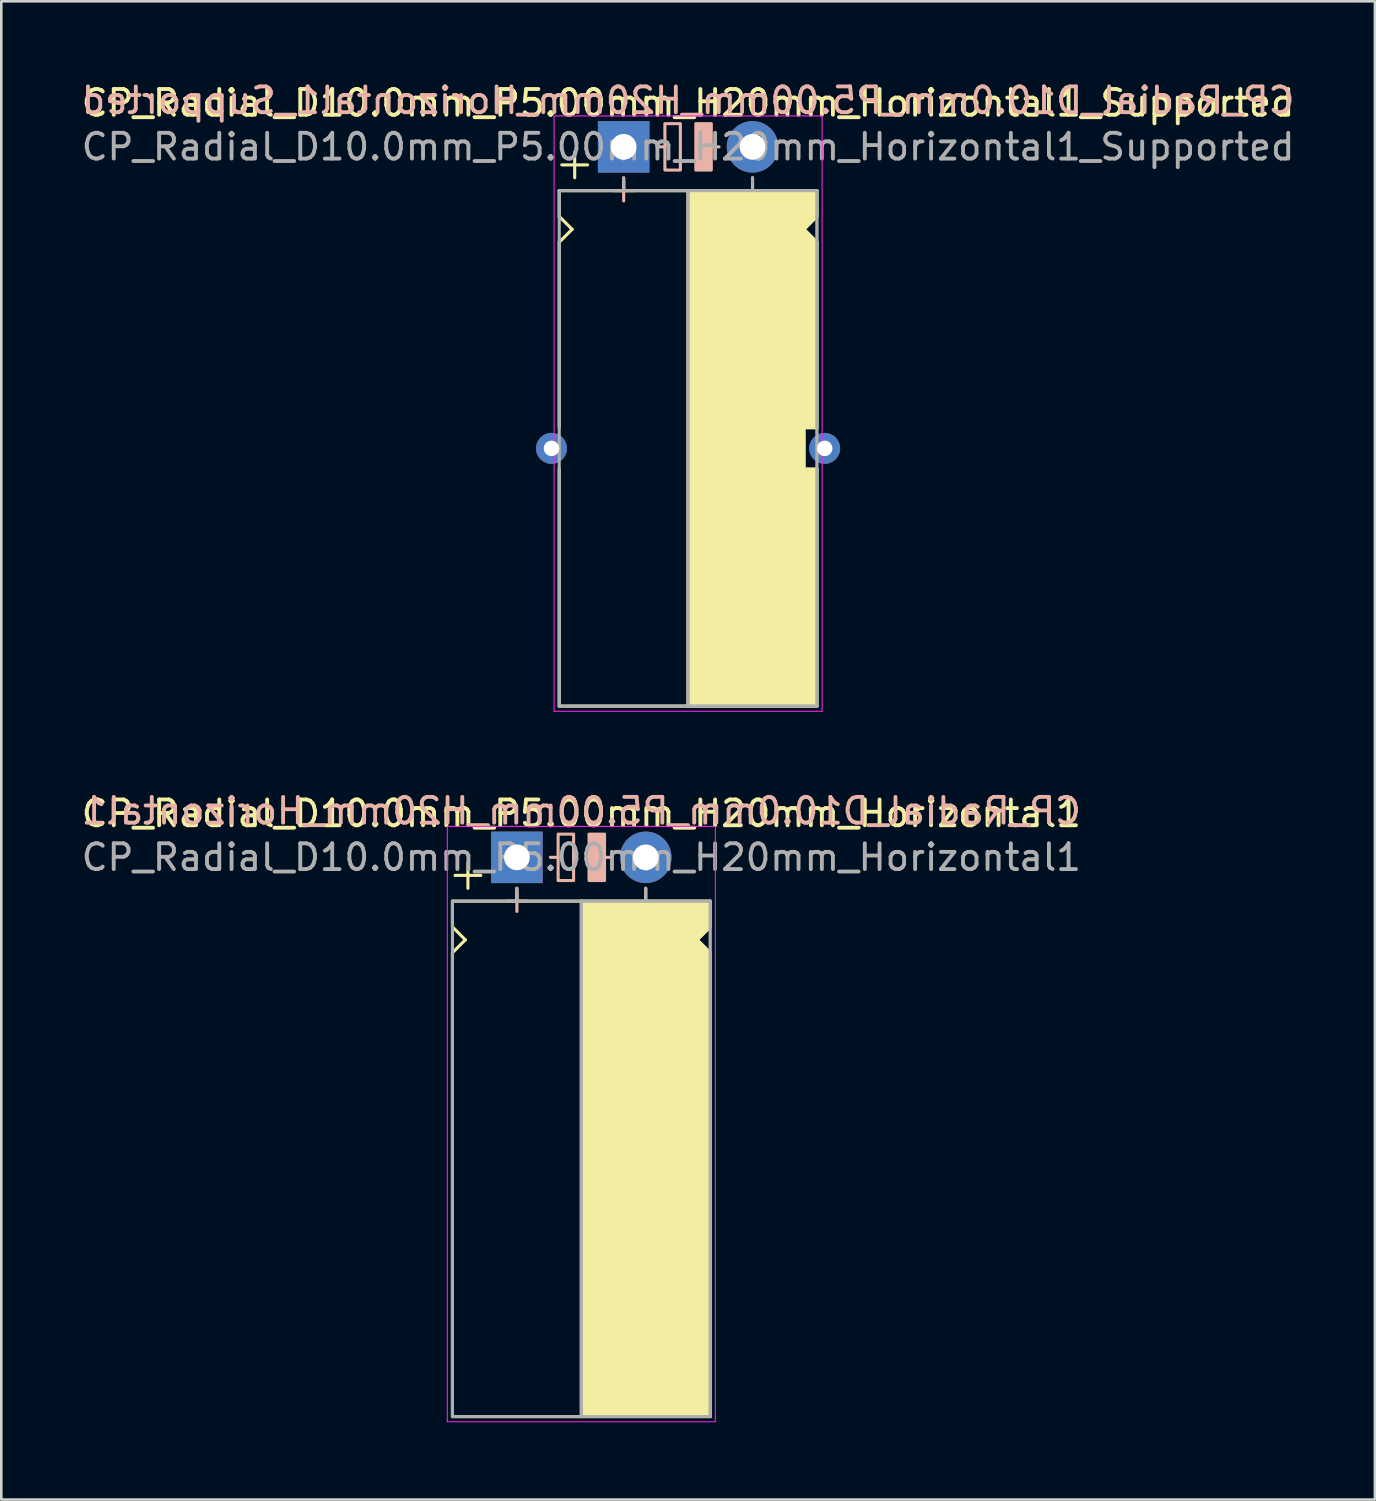
<source format=kicad_pcb>
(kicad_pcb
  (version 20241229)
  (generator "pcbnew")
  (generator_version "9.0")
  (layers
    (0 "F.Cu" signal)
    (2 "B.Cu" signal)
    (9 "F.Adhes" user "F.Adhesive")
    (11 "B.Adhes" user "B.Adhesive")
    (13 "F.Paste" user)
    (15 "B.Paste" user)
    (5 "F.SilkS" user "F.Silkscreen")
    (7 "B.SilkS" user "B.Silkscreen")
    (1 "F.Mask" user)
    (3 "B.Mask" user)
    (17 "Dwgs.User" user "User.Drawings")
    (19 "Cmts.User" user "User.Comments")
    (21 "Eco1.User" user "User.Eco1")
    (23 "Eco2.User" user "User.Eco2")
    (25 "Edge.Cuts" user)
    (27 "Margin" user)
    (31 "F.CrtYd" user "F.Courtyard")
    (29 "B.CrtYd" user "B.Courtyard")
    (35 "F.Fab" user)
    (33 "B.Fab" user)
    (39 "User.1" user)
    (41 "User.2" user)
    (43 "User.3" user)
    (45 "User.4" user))
  (footprint "CP_Radial_D10.0mm_P5.00mm_H20mm_Horizontal1_Supported"
    (layer "F.Cu")
    (at 21.149 2.648)
    (property "Reference" "CP_Radial_D10.0mm_P5.00mm_H20mm_Horizontal1_Supported" (at 2.5 -1.7 0) (layer "F.SilkS") (effects (font (size 1 1) (thickness 0.15))))
    (fp_line (start -2.5 1.7) (end -2.5 2.7) (stroke (width 0.12) (type solid)) (layer "F.SilkS"))
    (fp_line (start -2.5 2.7) (end -2 3.2) (stroke (width 0.12) (type solid)) (layer "F.SilkS"))
    (fp_line (start -2.5 3.7) (end -2.5 10.9) (stroke (width 0.12) (type solid)) (layer "F.SilkS"))
    (fp_line (start -2.5 12.5) (end -2.5 21.7) (stroke (width 0.12) (type solid)) (layer "F.SilkS"))
    (fp_line (start -2.5 21.7) (end 7.5 21.7) (stroke (width 0.12) (type solid)) (layer "F.SilkS"))
    (fp_line (start -2 3.2) (end -2.5 3.7) (stroke (width 0.12) (type solid)) (layer "F.SilkS"))
    (fp_line (start -1.9 0.2) (end -1.9 1.2) (stroke (width 0.12) (type solid)) (layer "F.SilkS"))
    (fp_line (start -1.4 0.7) (end -2.4 0.7) (stroke (width 0.12) (type solid)) (layer "F.SilkS"))
    (fp_line (start 0 1.7) (end 0 1.2) (stroke (width 0.12) (type solid)) (layer "F.SilkS"))
    (fp_line (start 2.5 1.7) (end -2.5 1.7) (stroke (width 0.12) (type solid)) (layer "F.SilkS"))
    (fp_line (start 2.5 21.7) (end 2.5 1.7) (stroke (width 0.12) (type solid)) (layer "F.SilkS"))
    (fp_line (start 5 1.7) (end 5 1.2) (stroke (width 0.12) (type solid)) (layer "F.SilkS"))
    (fp_line (start 7 3.2) (end 7.5 3.7) (stroke (width 0.12) (type solid)) (layer "F.SilkS"))
    (fp_line (start 7 10.9) (end 7.5 10.9) (stroke (width 0.12) (type solid)) (layer "F.SilkS"))
    (fp_line (start 7 11.5) (end 7 10.9) (stroke (width 0.12) (type solid)) (layer "F.SilkS"))
    (fp_line (start 7 12.5) (end 7 11.5) (stroke (width 0.12) (type solid)) (layer "F.SilkS"))
    (fp_line (start 7.5 1.7) (end 2.5 1.7) (stroke (width 0.12) (type solid)) (layer "F.SilkS"))
    (fp_line (start 7.5 1.7) (end 7.5 2.7) (stroke (width 0.12) (type solid)) (layer "F.SilkS"))
    (fp_line (start 7.5 2.7) (end 7 3.2) (stroke (width 0.12) (type solid)) (layer "F.SilkS"))
    (fp_line (start 7.5 3.7) (end 7.5 10.9) (stroke (width 0.12) (type solid)) (layer "F.SilkS"))
    (fp_line (start 7.5 12.5) (end 7 12.5) (stroke (width 0.12) (type solid)) (layer "F.SilkS"))
    (fp_line (start 7.5 12.5) (end 7.5 21.7) (stroke (width 0.12) (type solid)) (layer "F.SilkS"))
    (fp_poly (pts (xy 7.5 2.7) (xy 7 3.2) (xy 7.5 3.7) (xy 7.5 10.9) (xy 7 10.9) (xy 7 12.5) (xy 7.5 12.5) (xy 7.5 21.7) (xy 2.5 21.7) (xy 2.5 1.7) (xy 7.5 1.7)) (stroke (width 0.1) (type solid)) (fill yes) (layer "F.SilkS"))
    (fp_line (start 0 1.3) (end 0 2.1) (stroke (width 0.12) (type solid)) (layer "B.SilkS"))
    (fp_line (start 0.4 1.7) (end -0.4 1.7) (stroke (width 0.12) (type solid)) (layer "B.SilkS"))
    (fp_line (start 1.6 0) (end 1.3 0) (stroke (width 0.12) (type solid)) (layer "B.SilkS"))
    (fp_line (start 3.7 0) (end 3.4 0) (stroke (width 0.12) (type solid)) (layer "B.SilkS"))
    (fp_rect (start 2.2 -0.9) (end 1.6 0.9) (stroke (width 0.12) (type solid)) (fill no) (layer "B.SilkS"))
    (fp_rect (start 3.4 -0.9) (end 2.8 0.9) (stroke (width 0.12) (type solid)) (fill yes) (layer "B.SilkS"))
    (fp_line (start -2.7 -1.2) (end 5.3 -1.2) (stroke (width 0.04) (type solid)) (layer "F.CrtYd"))
    (fp_line (start -2.7 21.9) (end -2.7 -1.2) (stroke (width 0.04) (type solid)) (layer "F.CrtYd"))
    (fp_line (start 5.3 -1.2) (end 7.7 -1.2) (stroke (width 0.04) (type solid)) (layer "F.CrtYd"))
    (fp_line (start 7.7 -1.2) (end 7.7 21.9) (stroke (width 0.04) (type solid)) (layer "F.CrtYd"))
    (fp_line (start 7.7 21.9) (end -2.7 21.9) (stroke (width 0.04) (type solid)) (layer "F.CrtYd"))
    (fp_line (start -2.5 1.7) (end -2.5 21.7) (stroke (width 0.12) (type solid)) (layer "F.Fab"))
    (fp_line (start -2.5 21.7) (end 7.5 21.7) (stroke (width 0.12) (type solid)) (layer "F.Fab"))
    (fp_line (start 0 1.7) (end 0 1.2) (stroke (width 0.12) (type solid)) (layer "F.Fab"))
    (fp_line (start 2.5 1.7) (end 2.5 21.7) (stroke (width 0.12) (type solid)) (layer "F.Fab"))
    (fp_line (start 5 1.7) (end 5 1.2) (stroke (width 0.12) (type solid)) (layer "F.Fab"))
    (fp_line (start 7.5 1.7) (end -2.5 1.7) (stroke (width 0.12) (type solid)) (layer "F.Fab"))
    (fp_line (start 7.5 21.7) (end 7.5 1.7) (stroke (width 0.12) (type solid)) (layer "F.Fab"))
    (fp_poly (pts (xy 7.5 21.7) (xy 2.5 21.7) (xy 2.5 1.7) (xy 7.5 1.7)) (stroke (width 0.1) (type solid)) (fill no) (layer "F.Fab"))
    (fp_text user "${REFERENCE}" (at 2.5 -1.8 0) (layer "B.SilkS") (effects (font (size 1 1) (thickness 0.15)) (justify mirror)))
    (fp_text user "${REFERENCE}" (at 2.5 0 0) (layer "F.Fab") (effects (font (size 1 1) (thickness 0.15))))
    (pad "1" thru_hole rect (at 0 0) (size 2 2) (drill 1) (layers "*.Cu" "*.Mask"))
    (pad "2" thru_hole circle (at 5 0) (size 2 2) (drill 1) (layers "*.Cu" "*.Mask"))
    (pad "~" thru_hole circle (at -2.8 11.7) (size 1.2 1.2) (drill 0.6) (layers "*.Cu" "*.Mask"))
    (pad "~" thru_hole circle (at 7.8 11.7) (size 1.2 1.2) (drill 0.6) (layers "*.Cu" "*.Mask")))
  (footprint "CP_Radial_D10.0mm_P5.00mm_H20mm_Horizontal1"
    (layer "F.Cu")
    (at 17.006 30.216)
    (property "Reference" "CP_Radial_D10.0mm_P5.00mm_H20mm_Horizontal1" (at 2.5 -1.7 0) (layer "F.SilkS") (effects (font (size 1 1) (thickness 0.15))))
    (fp_line (start -2.5 1.7) (end -2.5 2.7) (stroke (width 0.12) (type solid)) (layer "F.SilkS"))
    (fp_line (start -2.5 2.7) (end -2 3.2) (stroke (width 0.12) (type solid)) (layer "F.SilkS"))
    (fp_line (start -2.5 3.7) (end -2.5 11.7) (stroke (width 0.12) (type solid)) (layer "F.SilkS"))
    (fp_line (start -2.5 11.7) (end -2.5 21.7) (stroke (width 0.12) (type solid)) (layer "F.SilkS"))
    (fp_line (start -2.5 21.7) (end 7.5 21.7) (stroke (width 0.12) (type solid)) (layer "F.SilkS"))
    (fp_line (start -2 3.2) (end -2.5 3.7) (stroke (width 0.12) (type solid)) (layer "F.SilkS"))
    (fp_line (start -1.9 0.2) (end -1.9 1.2) (stroke (width 0.12) (type solid)) (layer "F.SilkS"))
    (fp_line (start -1.4 0.7) (end -2.4 0.7) (stroke (width 0.12) (type solid)) (layer "F.SilkS"))
    (fp_line (start 0 1.7) (end 0 1.2) (stroke (width 0.12) (type solid)) (layer "F.SilkS"))
    (fp_line (start 2.5 1.7) (end -2.5 1.7) (stroke (width 0.12) (type solid)) (layer "F.SilkS"))
    (fp_line (start 2.5 21.7) (end 2.5 1.7) (stroke (width 0.12) (type solid)) (layer "F.SilkS"))
    (fp_line (start 5 1.7) (end 5 1.2) (stroke (width 0.12) (type solid)) (layer "F.SilkS"))
    (fp_line (start 7 3.2) (end 7.5 3.7) (stroke (width 0.12) (type solid)) (layer "F.SilkS"))
    (fp_line (start 7.5 1.7) (end 2.5 1.7) (stroke (width 0.12) (type solid)) (layer "F.SilkS"))
    (fp_line (start 7.5 1.7) (end 7.5 2.7) (stroke (width 0.12) (type solid)) (layer "F.SilkS"))
    (fp_line (start 7.5 2.7) (end 7 3.2) (stroke (width 0.12) (type solid)) (layer "F.SilkS"))
    (fp_line (start 7.5 3.7) (end 7.5 11.7) (stroke (width 0.12) (type solid)) (layer "F.SilkS"))
    (fp_line (start 7.5 11.7) (end 7.5 21.7) (stroke (width 0.12) (type solid)) (layer "F.SilkS"))
    (fp_poly (pts (xy 7.5 2.7) (xy 7 3.2) (xy 7.5 3.7) (xy 7.5 21.7) (xy 2.5 21.7) (xy 2.5 1.7) (xy 7.5 1.7)) (stroke (width 0.1) (type solid)) (fill yes) (layer "F.SilkS"))
    (fp_line (start 0 1.3) (end 0 2.1) (stroke (width 0.12) (type solid)) (layer "B.SilkS"))
    (fp_line (start 0.4 1.7) (end -0.4 1.7) (stroke (width 0.12) (type solid)) (layer "B.SilkS"))
    (fp_line (start 1.6 0) (end 1.3 0) (stroke (width 0.12) (type solid)) (layer "B.SilkS"))
    (fp_line (start 3.7 0) (end 3.4 0) (stroke (width 0.12) (type solid)) (layer "B.SilkS"))
    (fp_rect (start 2.2 -0.9) (end 1.6 0.9) (stroke (width 0.12) (type solid)) (fill no) (layer "B.SilkS"))
    (fp_rect (start 3.4 -0.9) (end 2.8 0.9) (stroke (width 0.12) (type solid)) (fill yes) (layer "B.SilkS"))
    (fp_line (start -2.7 -1.2) (end 5.3 -1.2) (stroke (width 0.04) (type solid)) (layer "F.CrtYd"))
    (fp_line (start -2.7 21.9) (end -2.7 -1.2) (stroke (width 0.04) (type solid)) (layer "F.CrtYd"))
    (fp_line (start 5.3 -1.2) (end 7.7 -1.2) (stroke (width 0.04) (type solid)) (layer "F.CrtYd"))
    (fp_line (start 7.7 -1.2) (end 7.7 21.9) (stroke (width 0.04) (type solid)) (layer "F.CrtYd"))
    (fp_line (start 7.7 21.9) (end -2.7 21.9) (stroke (width 0.04) (type solid)) (layer "F.CrtYd"))
    (fp_line (start -2.5 1.7) (end -2.5 21.7) (stroke (width 0.12) (type solid)) (layer "F.Fab"))
    (fp_line (start -2.5 21.7) (end 7.5 21.7) (stroke (width 0.12) (type solid)) (layer "F.Fab"))
    (fp_line (start 0 1.7) (end 0 1.2) (stroke (width 0.12) (type solid)) (layer "F.Fab"))
    (fp_line (start 2.5 1.7) (end 2.5 21.7) (stroke (width 0.12) (type solid)) (layer "F.Fab"))
    (fp_line (start 5 1.7) (end 5 1.2) (stroke (width 0.12) (type solid)) (layer "F.Fab"))
    (fp_line (start 7.5 1.7) (end -2.5 1.7) (stroke (width 0.12) (type solid)) (layer "F.Fab"))
    (fp_line (start 7.5 21.7) (end 7.5 1.7) (stroke (width 0.12) (type solid)) (layer "F.Fab"))
    (fp_poly (pts (xy 7.5 21.7) (xy 2.5 21.7) (xy 2.5 1.7) (xy 7.5 1.7)) (stroke (width 0.1) (type solid)) (fill no) (layer "F.Fab"))
    (fp_text user "${REFERENCE}" (at 2.5 -1.8 0) (layer "B.SilkS") (effects (font (size 1 1) (thickness 0.15)) (justify mirror)))
    (fp_text user "${REFERENCE}" (at 2.5 0 0) (layer "F.Fab") (effects (font (size 1 1) (thickness 0.15))))
    (pad "1" thru_hole rect (at 0 0) (size 2 2) (drill 1) (layers "*.Cu" "*.Mask"))
    (pad "2" thru_hole circle (at 5 0) (size 2 2) (drill 1) (layers "*.Cu" "*.Mask")))
  (gr_rect
    (start -3 -3)
    (end 50.298 55.136)
    (stroke (width 0.1) (type default))
    (fill no)
    (layer "Edge.Cuts")))
</source>
